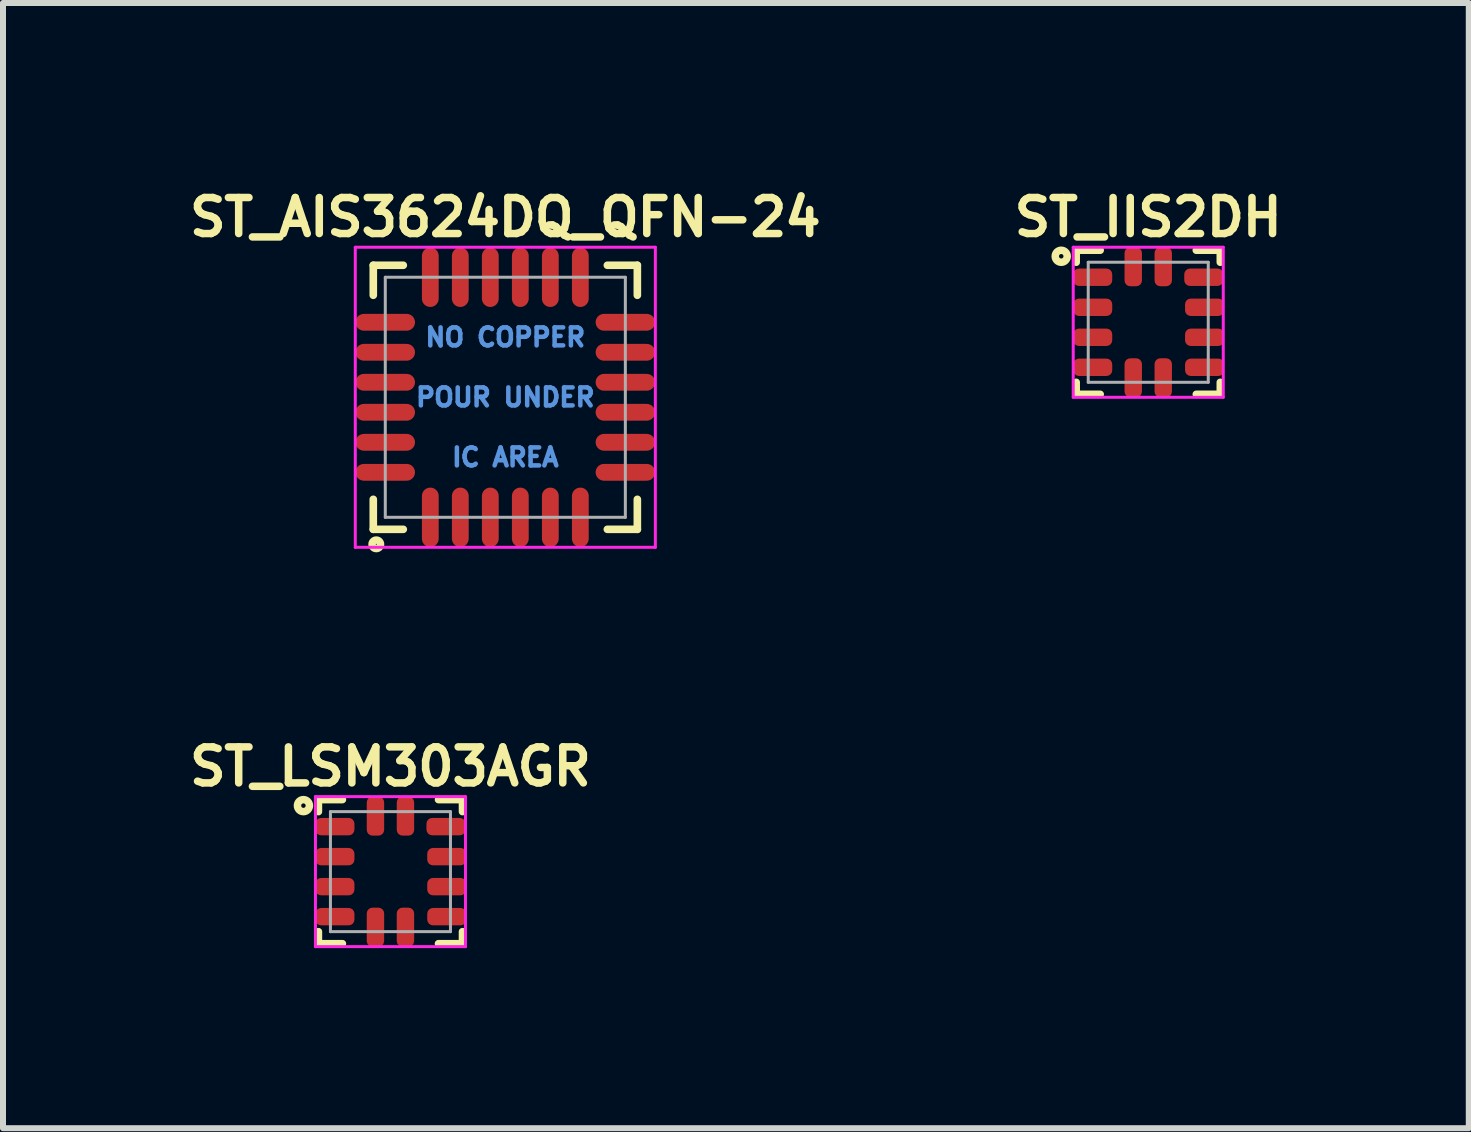
<source format=kicad_pcb>
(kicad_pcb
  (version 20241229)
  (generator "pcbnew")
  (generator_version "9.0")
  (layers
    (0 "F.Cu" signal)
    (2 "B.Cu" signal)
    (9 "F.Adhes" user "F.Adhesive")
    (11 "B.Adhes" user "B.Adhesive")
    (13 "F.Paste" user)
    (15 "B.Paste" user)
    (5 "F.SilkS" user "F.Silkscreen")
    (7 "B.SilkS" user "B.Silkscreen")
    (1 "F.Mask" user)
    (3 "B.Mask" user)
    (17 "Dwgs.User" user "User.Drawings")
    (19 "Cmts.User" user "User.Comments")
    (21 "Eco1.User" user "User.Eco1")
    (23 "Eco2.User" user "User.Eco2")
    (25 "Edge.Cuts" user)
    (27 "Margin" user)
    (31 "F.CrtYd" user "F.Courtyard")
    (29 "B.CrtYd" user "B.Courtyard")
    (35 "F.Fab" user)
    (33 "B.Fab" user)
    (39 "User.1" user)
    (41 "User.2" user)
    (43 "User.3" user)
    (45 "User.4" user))
  (footprint "ST_LSM303AGR"
    (layer "F.Cu")
    (at 3.456 11.474)
    (property "Reference" "ST_LSM303AGR" (at 0 -1.75 0) (layer "F.SilkS") (effects (font (size 0.6 0.6) (thickness 0.125))))
    (attr smd)
    (fp_line (start -1.2 -1.2) (end -1.2 -1) (stroke (width 0.125) (type solid)) (layer "F.SilkS"))
    (fp_line (start -1.2 -1.2) (end -0.8 -1.2) (stroke (width 0.125) (type solid)) (layer "F.SilkS"))
    (fp_line (start -1.2 1) (end -1.2 1.2) (stroke (width 0.125) (type solid)) (layer "F.SilkS"))
    (fp_line (start -1.2 1.2) (end -0.8 1.2) (stroke (width 0.125) (type solid)) (layer "F.SilkS"))
    (fp_line (start 0.8 -1.2) (end 1.2 -1.2) (stroke (width 0.125) (type solid)) (layer "F.SilkS"))
    (fp_line (start 0.8 1.2) (end 1.2 1.2) (stroke (width 0.125) (type solid)) (layer "F.SilkS"))
    (fp_line (start 1.2 -1.2) (end 1.2 -1) (stroke (width 0.125) (type solid)) (layer "F.SilkS"))
    (fp_line (start 1.2 1.2) (end 1.2 1) (stroke (width 0.125) (type solid)) (layer "F.SilkS"))
    (fp_circle (center -1.45 -1.1) (end -1.55 -1.1) (stroke (width 0.125) (type solid)) (fill no) (layer "F.SilkS"))
    (fp_line (start -1.25 -1.25) (end 1.25 -1.25) (stroke (width 0.05) (type solid)) (layer "F.CrtYd"))
    (fp_line (start -1.25 1.25) (end -1.25 -1.25) (stroke (width 0.05) (type solid)) (layer "F.CrtYd"))
    (fp_line (start 1.25 -1.25) (end 1.25 1.25) (stroke (width 0.05) (type solid)) (layer "F.CrtYd"))
    (fp_line (start 1.25 1.25) (end -1.25 1.25) (stroke (width 0.05) (type solid)) (layer "F.CrtYd"))
    (fp_line (start -1 -1) (end 1 -1) (stroke (width 0.05) (type solid)) (layer "F.Fab"))
    (fp_line (start -1 1) (end -1 -1) (stroke (width 0.05) (type solid)) (layer "F.Fab"))
    (fp_line (start 1 -1) (end 1 1) (stroke (width 0.05) (type solid)) (layer "F.Fab"))
    (fp_line (start 1 1) (end -1 1) (stroke (width 0.05) (type solid)) (layer "F.Fab"))
    (pad "1" smd roundrect (at -0.925 -0.75) (size 0.65 0.29) (layers "F.Cu" "F.Mask" "F.Paste") (roundrect_rratio 0.33))
    (pad "2" smd roundrect (at -0.925 -0.25) (size 0.65 0.29) (layers "F.Cu" "F.Mask" "F.Paste") (roundrect_rratio 0.33))
    (pad "3" smd roundrect (at -0.925 0.25) (size 0.65 0.29) (layers "F.Cu" "F.Mask" "F.Paste") (roundrect_rratio 0.33))
    (pad "4" smd roundrect (at -0.925 0.75) (size 0.65 0.29) (layers "F.Cu" "F.Mask" "F.Paste") (roundrect_rratio 0.33))
    (pad "5" smd roundrect (at -0.25 0.925 90) (size 0.65 0.29) (layers "F.Cu" "F.Mask" "F.Paste") (roundrect_rratio 0.33))
    (pad "6" smd roundrect (at 0.25 0.925 90) (size 0.65 0.29) (layers "F.Cu" "F.Mask" "F.Paste") (roundrect_rratio 0.33))
    (pad "7" smd roundrect (at 0.938 0.75) (size 0.65 0.29) (layers "F.Cu" "F.Mask" "F.Paste") (roundrect_rratio 0.33))
    (pad "8" smd roundrect (at 0.938 0.25) (size 0.65 0.29) (layers "F.Cu" "F.Mask" "F.Paste") (roundrect_rratio 0.33))
    (pad "9" smd roundrect (at 0.938 -0.25) (size 0.65 0.29) (layers "F.Cu" "F.Mask" "F.Paste") (roundrect_rratio 0.33))
    (pad "10" smd roundrect (at 0.925 -0.75) (size 0.65 0.29) (layers "F.Cu" "F.Mask" "F.Paste") (roundrect_rratio 0.33))
    (pad "11" smd roundrect (at 0.25 -0.925 90) (size 0.65 0.29) (layers "F.Cu" "F.Mask" "F.Paste") (roundrect_rratio 0.33))
    (pad "12" smd roundrect (at -0.25 -0.925 90) (size 0.65 0.29) (layers "F.Cu" "F.Mask" "F.Paste") (roundrect_rratio 0.33)))
  (footprint "ST_IIS2DH"
    (layer "F.Cu")
    (at 16.083 2.32)
    (property "Reference" "ST_IIS2DH" (at 0 -1.75 0) (layer "F.SilkS") (effects (font (size 0.6 0.6) (thickness 0.125))))
    (attr smd)
    (fp_line (start -1.2 -1.2) (end -1.2 -1) (stroke (width 0.125) (type solid)) (layer "F.SilkS"))
    (fp_line (start -1.2 -1.2) (end -0.8 -1.2) (stroke (width 0.125) (type solid)) (layer "F.SilkS"))
    (fp_line (start -1.2 1) (end -1.2 1.2) (stroke (width 0.125) (type solid)) (layer "F.SilkS"))
    (fp_line (start -1.2 1.2) (end -0.8 1.2) (stroke (width 0.125) (type solid)) (layer "F.SilkS"))
    (fp_line (start 0.8 -1.2) (end 1.2 -1.2) (stroke (width 0.125) (type solid)) (layer "F.SilkS"))
    (fp_line (start 0.8 1.2) (end 1.2 1.2) (stroke (width 0.125) (type solid)) (layer "F.SilkS"))
    (fp_line (start 1.2 -1.2) (end 1.2 -1) (stroke (width 0.125) (type solid)) (layer "F.SilkS"))
    (fp_line (start 1.2 1.2) (end 1.2 1) (stroke (width 0.125) (type solid)) (layer "F.SilkS"))
    (fp_circle (center -1.45 -1.1) (end -1.55 -1.1) (stroke (width 0.125) (type solid)) (fill no) (layer "F.SilkS"))
    (fp_line (start -1.25 -1.25) (end 1.25 -1.25) (stroke (width 0.05) (type solid)) (layer "F.CrtYd"))
    (fp_line (start -1.25 1.25) (end -1.25 -1.25) (stroke (width 0.05) (type solid)) (layer "F.CrtYd"))
    (fp_line (start 1.25 -1.25) (end 1.25 1.25) (stroke (width 0.05) (type solid)) (layer "F.CrtYd"))
    (fp_line (start 1.25 1.25) (end -1.25 1.25) (stroke (width 0.05) (type solid)) (layer "F.CrtYd"))
    (fp_line (start -1 -1) (end 1 -1) (stroke (width 0.05) (type solid)) (layer "F.Fab"))
    (fp_line (start -1 1) (end -1 -1) (stroke (width 0.05) (type solid)) (layer "F.Fab"))
    (fp_line (start 1 -1) (end 1 1) (stroke (width 0.05) (type solid)) (layer "F.Fab"))
    (fp_line (start 1 1) (end -1 1) (stroke (width 0.05) (type solid)) (layer "F.Fab"))
    (pad "" smd roundrect (at 0 0 90) (size 1.1 1.1) (layers "F.Mask") (roundrect_rratio 0.05))
    (pad "1" smd roundrect (at -0.925 -0.75) (size 0.65 0.29) (layers "F.Cu" "F.Mask" "F.Paste") (roundrect_rratio 0.33))
    (pad "2" smd roundrect (at -0.925 -0.25) (size 0.65 0.29) (layers "F.Cu" "F.Mask" "F.Paste") (roundrect_rratio 0.33))
    (pad "3" smd roundrect (at -0.925 0.25) (size 0.65 0.29) (layers "F.Cu" "F.Mask" "F.Paste") (roundrect_rratio 0.33))
    (pad "4" smd roundrect (at -0.925 0.75) (size 0.65 0.29) (layers "F.Cu" "F.Mask" "F.Paste") (roundrect_rratio 0.33))
    (pad "5" smd roundrect (at -0.25 0.925 90) (size 0.65 0.29) (layers "F.Cu" "F.Mask" "F.Paste") (roundrect_rratio 0.33))
    (pad "6" smd roundrect (at 0.25 0.925 90) (size 0.65 0.29) (layers "F.Cu" "F.Mask" "F.Paste") (roundrect_rratio 0.33))
    (pad "7" smd roundrect (at 0.938 0.75) (size 0.65 0.29) (layers "F.Cu" "F.Mask" "F.Paste") (roundrect_rratio 0.33))
    (pad "8" smd roundrect (at 0.938 0.25) (size 0.65 0.29) (layers "F.Cu" "F.Mask" "F.Paste") (roundrect_rratio 0.33))
    (pad "9" smd roundrect (at 0.938 -0.25) (size 0.65 0.29) (layers "F.Cu" "F.Mask" "F.Paste") (roundrect_rratio 0.33))
    (pad "10" smd roundrect (at 0.925 -0.75) (size 0.65 0.29) (layers "F.Cu" "F.Mask" "F.Paste") (roundrect_rratio 0.33))
    (pad "11" smd roundrect (at 0.25 -0.925 90) (size 0.65 0.29) (layers "F.Cu" "F.Mask" "F.Paste") (roundrect_rratio 0.33))
    (pad "12" smd roundrect (at -0.25 -0.925 90) (size 0.65 0.29) (layers "F.Cu" "F.Mask" "F.Paste") (roundrect_rratio 0.33)))
  (footprint "ST_AIS3624DQ_QFN-24"
    (layer "F.Cu")
    (at 5.37 3.57)
    (property "Reference" "ST_AIS3624DQ_QFN-24" (at 0 -3 0) (layer "F.SilkS") (effects (font (size 0.6 0.6) (thickness 0.125))))
    (attr through_hole)
    (fp_line (start -2.2 -2.2) (end -1.7 -2.2) (stroke (width 0.127) (type solid)) (layer "F.SilkS"))
    (fp_line (start -2.2 -1.7) (end -2.2 -2.2) (stroke (width 0.127) (type solid)) (layer "F.SilkS"))
    (fp_line (start -2.2 1.7) (end -2.2 2.2) (stroke (width 0.127) (type solid)) (layer "F.SilkS"))
    (fp_line (start -2.2 2.2) (end -1.7 2.2) (stroke (width 0.127) (type solid)) (layer "F.SilkS"))
    (fp_line (start 1.7 -2.2) (end 2.2 -2.2) (stroke (width 0.127) (type solid)) (layer "F.SilkS"))
    (fp_line (start 2.2 -2.2) (end 2.2 -1.7) (stroke (width 0.127) (type solid)) (layer "F.SilkS"))
    (fp_line (start 2.2 1.7) (end 2.2 2.2) (stroke (width 0.127) (type solid)) (layer "F.SilkS"))
    (fp_line (start 2.2 2.2) (end 1.7 2.2) (stroke (width 0.127) (type solid)) (layer "F.SilkS"))
    (fp_circle (center -2.15 2.45) (end -2.2 2.5) (stroke (width 0.125) (type solid)) (fill no) (layer "F.SilkS"))
    (fp_line (start -2.5 -2.5) (end -2.5 2.5) (stroke (width 0.05) (type solid)) (layer "F.CrtYd"))
    (fp_line (start -2.5 2.5) (end 2.5 2.5) (stroke (width 0.05) (type solid)) (layer "F.CrtYd"))
    (fp_line (start 2.5 -2.5) (end -2.5 -2.5) (stroke (width 0.05) (type solid)) (layer "F.CrtYd"))
    (fp_line (start 2.5 2.5) (end 2.5 -2.5) (stroke (width 0.05) (type solid)) (layer "F.CrtYd"))
    (fp_line (start -2 -2) (end 2 -2) (stroke (width 0.05) (type solid)) (layer "F.Fab"))
    (fp_line (start -2 2) (end -2 -2) (stroke (width 0.05) (type solid)) (layer "F.Fab"))
    (fp_line (start 2 -2) (end 2 2) (stroke (width 0.05) (type solid)) (layer "F.Fab"))
    (fp_line (start 2 2) (end -2 2) (stroke (width 0.05) (type solid)) (layer "F.Fab"))
    (fp_text user "IC AREA" (at 0 1 0) (layer "Cmts.User") (effects (font (size 0.3 0.3) (thickness 0.075))))
    (fp_text user "POUR UNDER" (at 0 0 0) (layer "Cmts.User") (effects (font (size 0.3 0.3) (thickness 0.075))))
    (fp_text user "NO COPPER" (at 0 -1 0) (layer "Cmts.User") (effects (font (size 0.3 0.3) (thickness 0.075))))
    (pad "" smd rect (at 0 0) (size 2.7 2.7) (layers "F.Mask"))
    (pad "1" smd oval (at -1.25 2) (size 0.28 0.99) (layers "F.Cu" "F.Mask" "F.Paste"))
    (pad "2" smd oval (at -0.75 2) (size 0.28 0.99) (layers "F.Cu" "F.Mask" "F.Paste"))
    (pad "3" smd oval (at -0.25 2) (size 0.28 0.99) (layers "F.Cu" "F.Mask" "F.Paste"))
    (pad "4" smd oval (at 0.25 2) (size 0.28 0.99) (layers "F.Cu" "F.Mask" "F.Paste"))
    (pad "5" smd oval (at 0.75 2) (size 0.28 0.99) (layers "F.Cu" "F.Mask" "F.Paste"))
    (pad "6" smd oval (at 1.25 2) (size 0.28 0.99) (layers "F.Cu" "F.Mask" "F.Paste"))
    (pad "7" smd oval (at 2 1.25 90) (size 0.28 0.99) (layers "F.Cu" "F.Mask" "F.Paste"))
    (pad "8" smd oval (at 2 0.75 90) (size 0.28 0.99) (layers "F.Cu" "F.Mask" "F.Paste"))
    (pad "9" smd oval (at 2 0.25 90) (size 0.28 0.99) (layers "F.Cu" "F.Mask" "F.Paste"))
    (pad "10" smd oval (at 2 -0.25 90) (size 0.28 0.99) (layers "F.Cu" "F.Mask" "F.Paste"))
    (pad "11" smd oval (at 2 -0.75 90) (size 0.28 0.99) (layers "F.Cu" "F.Mask" "F.Paste"))
    (pad "12" smd oval (at 2 -1.25 90) (size 0.28 0.99) (layers "F.Cu" "F.Mask" "F.Paste"))
    (pad "13" smd oval (at 1.25 -2) (size 0.28 0.99) (layers "F.Cu" "F.Mask" "F.Paste"))
    (pad "14" smd oval (at 0.75 -2) (size 0.28 0.99) (layers "F.Cu" "F.Mask" "F.Paste"))
    (pad "15" smd oval (at 0.25 -2) (size 0.28 0.99) (layers "F.Cu" "F.Mask" "F.Paste"))
    (pad "16" smd oval (at -0.25 -2) (size 0.28 0.99) (layers "F.Cu" "F.Mask" "F.Paste"))
    (pad "17" smd oval (at -0.75 -2) (size 0.28 0.99) (layers "F.Cu" "F.Mask" "F.Paste"))
    (pad "18" smd oval (at -1.25 -2) (size 0.28 0.99) (layers "F.Cu" "F.Mask" "F.Paste"))
    (pad "19" smd oval (at -2 -1.25 90) (size 0.28 0.99) (layers "F.Cu" "F.Mask" "F.Paste"))
    (pad "20" smd oval (at -2 -0.75 90) (size 0.28 0.99) (layers "F.Cu" "F.Mask" "F.Paste"))
    (pad "21" smd oval (at -2 -0.25 90) (size 0.28 0.99) (layers "F.Cu" "F.Mask" "F.Paste"))
    (pad "22" smd oval (at -2 0.25 90) (size 0.28 0.99) (layers "F.Cu" "F.Mask" "F.Paste"))
    (pad "23" smd oval (at -2 0.75 90) (size 0.28 0.99) (layers "F.Cu" "F.Mask" "F.Paste"))
    (pad "24" smd oval (at -2 1.25 90) (size 0.28 0.99) (layers "F.Cu" "F.Mask" "F.Paste")))
  (gr_rect
    (start -3 -3)
    (end 21.424 15.749)
    (stroke (width 0.1) (type default))
    (fill no)
    (layer "Edge.Cuts")))
</source>
